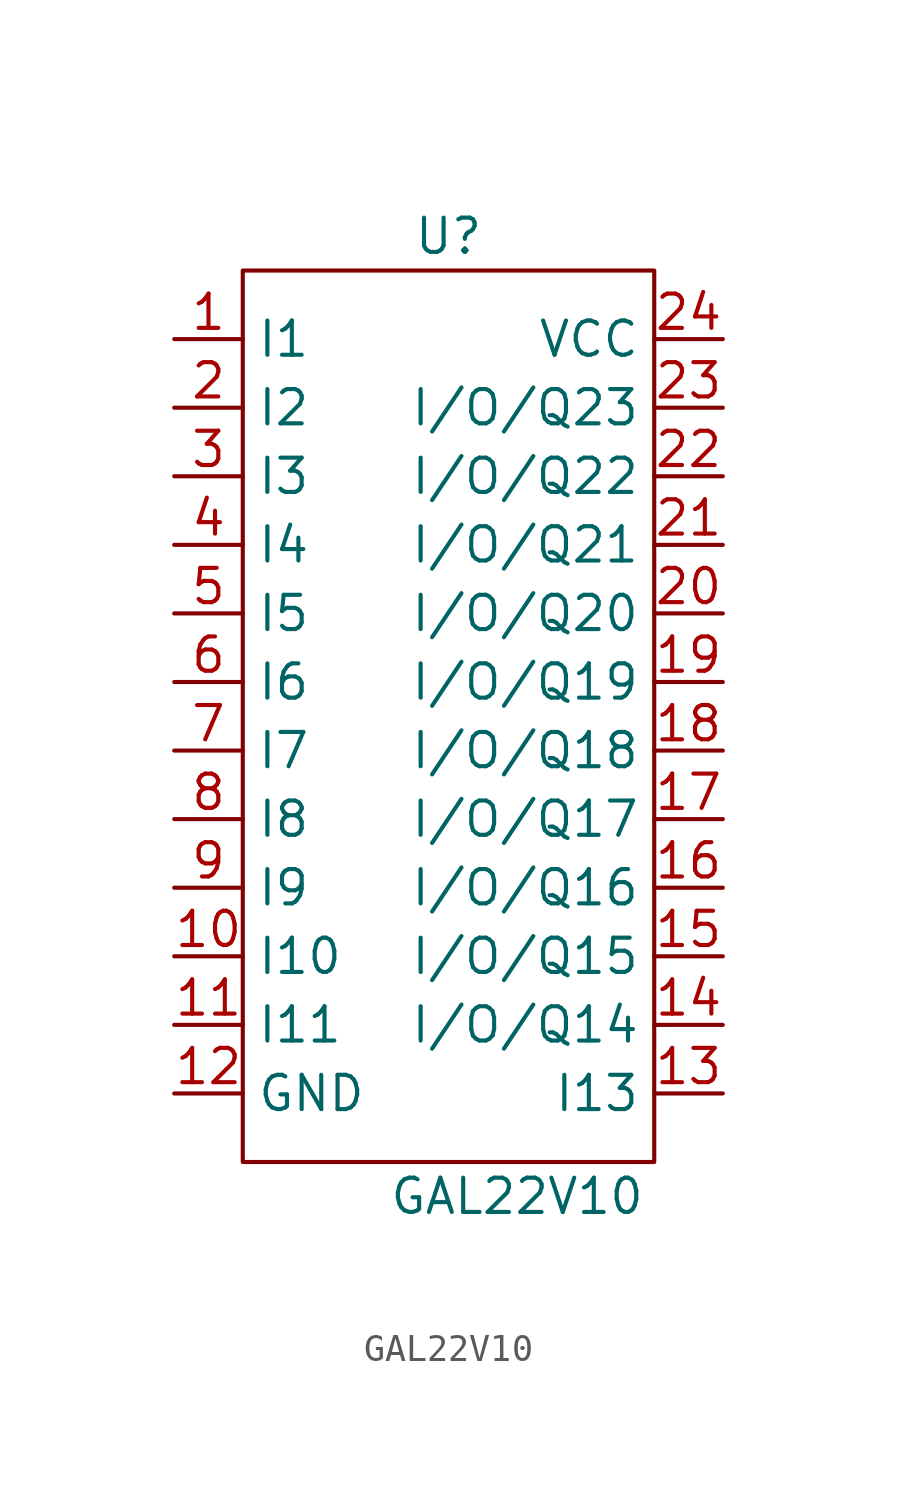
<source format=kicad_sym>
(kicad_symbol_lib
  (version 20211014)
  (generator kicad_symbol_editor)
  (symbol "GAL22V10"
    (property "Reference" "U"
      (at 0 0 0)
      (effects (font (size 1.27 1.27))))
    (property "Value" "GAL22V10"
      (at 2.54 -35.56 0)
      (effects (font (size 1.27 1.27))))
    (symbol "GAL22V10_0_1"
      (rectangle (start -7.62 -1.27) (end 7.62 -34.29) (stroke (width 0) (type default) (color 0 0 0 0)) (fill (type none))))
    (symbol "GAL22V10_1_1"
      (pin input line (at -10.16 -3.81 0) (length 2.54) (name "I1" (effects (font (size 1.27 1.27)))) (number "1" (effects (font (size 1.27 1.27)))))
      (pin input line (at -10.16 -26.67 0) (length 2.54) (name "I10" (effects (font (size 1.27 1.27)))) (number "10" (effects (font (size 1.27 1.27)))))
      (pin input line (at -10.16 -29.21 0) (length 2.54) (name "I11" (effects (font (size 1.27 1.27)))) (number "11" (effects (font (size 1.27 1.27)))))
      (pin power_in line (at -10.16 -31.75 0) (length 2.54) (name "GND" (effects (font (size 1.27 1.27)))) (number "12" (effects (font (size 1.27 1.27)))))
      (pin input line (at 10.16 -31.75 180) (length 2.54) (name "I13" (effects (font (size 1.27 1.27)))) (number "13" (effects (font (size 1.27 1.27)))))
      (pin bidirectional line (at 10.16 -29.21 180) (length 2.54) (name "I/O/Q14" (effects (font (size 1.27 1.27)))) (number "14" (effects (font (size 1.27 1.27)))))
      (pin bidirectional line (at 10.16 -26.67 180) (length 2.54) (name "I/O/Q15" (effects (font (size 1.27 1.27)))) (number "15" (effects (font (size 1.27 1.27)))))
      (pin bidirectional line (at 10.16 -24.13 180) (length 2.54) (name "I/O/Q16" (effects (font (size 1.27 1.27)))) (number "16" (effects (font (size 1.27 1.27)))))
      (pin bidirectional line (at 10.16 -21.59 180) (length 2.54) (name "I/O/Q17" (effects (font (size 1.27 1.27)))) (number "17" (effects (font (size 1.27 1.27)))))
      (pin bidirectional line (at 10.16 -19.05 180) (length 2.54) (name "I/O/Q18" (effects (font (size 1.27 1.27)))) (number "18" (effects (font (size 1.27 1.27)))))
      (pin bidirectional line (at 10.16 -16.51 180) (length 2.54) (name "I/O/Q19" (effects (font (size 1.27 1.27)))) (number "19" (effects (font (size 1.27 1.27)))))
      (pin input line (at -10.16 -6.35 0) (length 2.54) (name "I2" (effects (font (size 1.27 1.27)))) (number "2" (effects (font (size 1.27 1.27)))))
      (pin bidirectional line (at 10.16 -13.97 180) (length 2.54) (name "I/O/Q20" (effects (font (size 1.27 1.27)))) (number "20" (effects (font (size 1.27 1.27)))))
      (pin bidirectional line (at 10.16 -11.43 180) (length 2.54) (name "I/O/Q21" (effects (font (size 1.27 1.27)))) (number "21" (effects (font (size 1.27 1.27)))))
      (pin bidirectional line (at 10.16 -8.89 180) (length 2.54) (name "I/O/Q22" (effects (font (size 1.27 1.27)))) (number "22" (effects (font (size 1.27 1.27)))))
      (pin bidirectional line (at 10.16 -6.35 180) (length 2.54) (name "I/O/Q23" (effects (font (size 1.27 1.27)))) (number "23" (effects (font (size 1.27 1.27)))))
      (pin power_in line (at 10.16 -3.81 180) (length 2.54) (name "VCC" (effects (font (size 1.27 1.27)))) (number "24" (effects (font (size 1.27 1.27)))))
      (pin input line (at -10.16 -8.89 0) (length 2.54) (name "I3" (effects (font (size 1.27 1.27)))) (number "3" (effects (font (size 1.27 1.27)))))
      (pin input line (at -10.16 -11.43 0) (length 2.54) (name "I4" (effects (font (size 1.27 1.27)))) (number "4" (effects (font (size 1.27 1.27)))))
      (pin input line (at -10.16 -13.97 0) (length 2.54) (name "I5" (effects (font (size 1.27 1.27)))) (number "5" (effects (font (size 1.27 1.27)))))
      (pin input line (at -10.16 -16.51 0) (length 2.54) (name "I6" (effects (font (size 1.27 1.27)))) (number "6" (effects (font (size 1.27 1.27)))))
      (pin input line (at -10.16 -19.05 0) (length 2.54) (name "I7" (effects (font (size 1.27 1.27)))) (number "7" (effects (font (size 1.27 1.27)))))
      (pin input line (at -10.16 -21.59 0) (length 2.54) (name "I8" (effects (font (size 1.27 1.27)))) (number "8" (effects (font (size 1.27 1.27)))))
      (pin input line (at -10.16 -24.13 0) (length 2.54) (name "I9" (effects (font (size 1.27 1.27)))) (number "9" (effects (font (size 1.27 1.27))))))))
</source>
